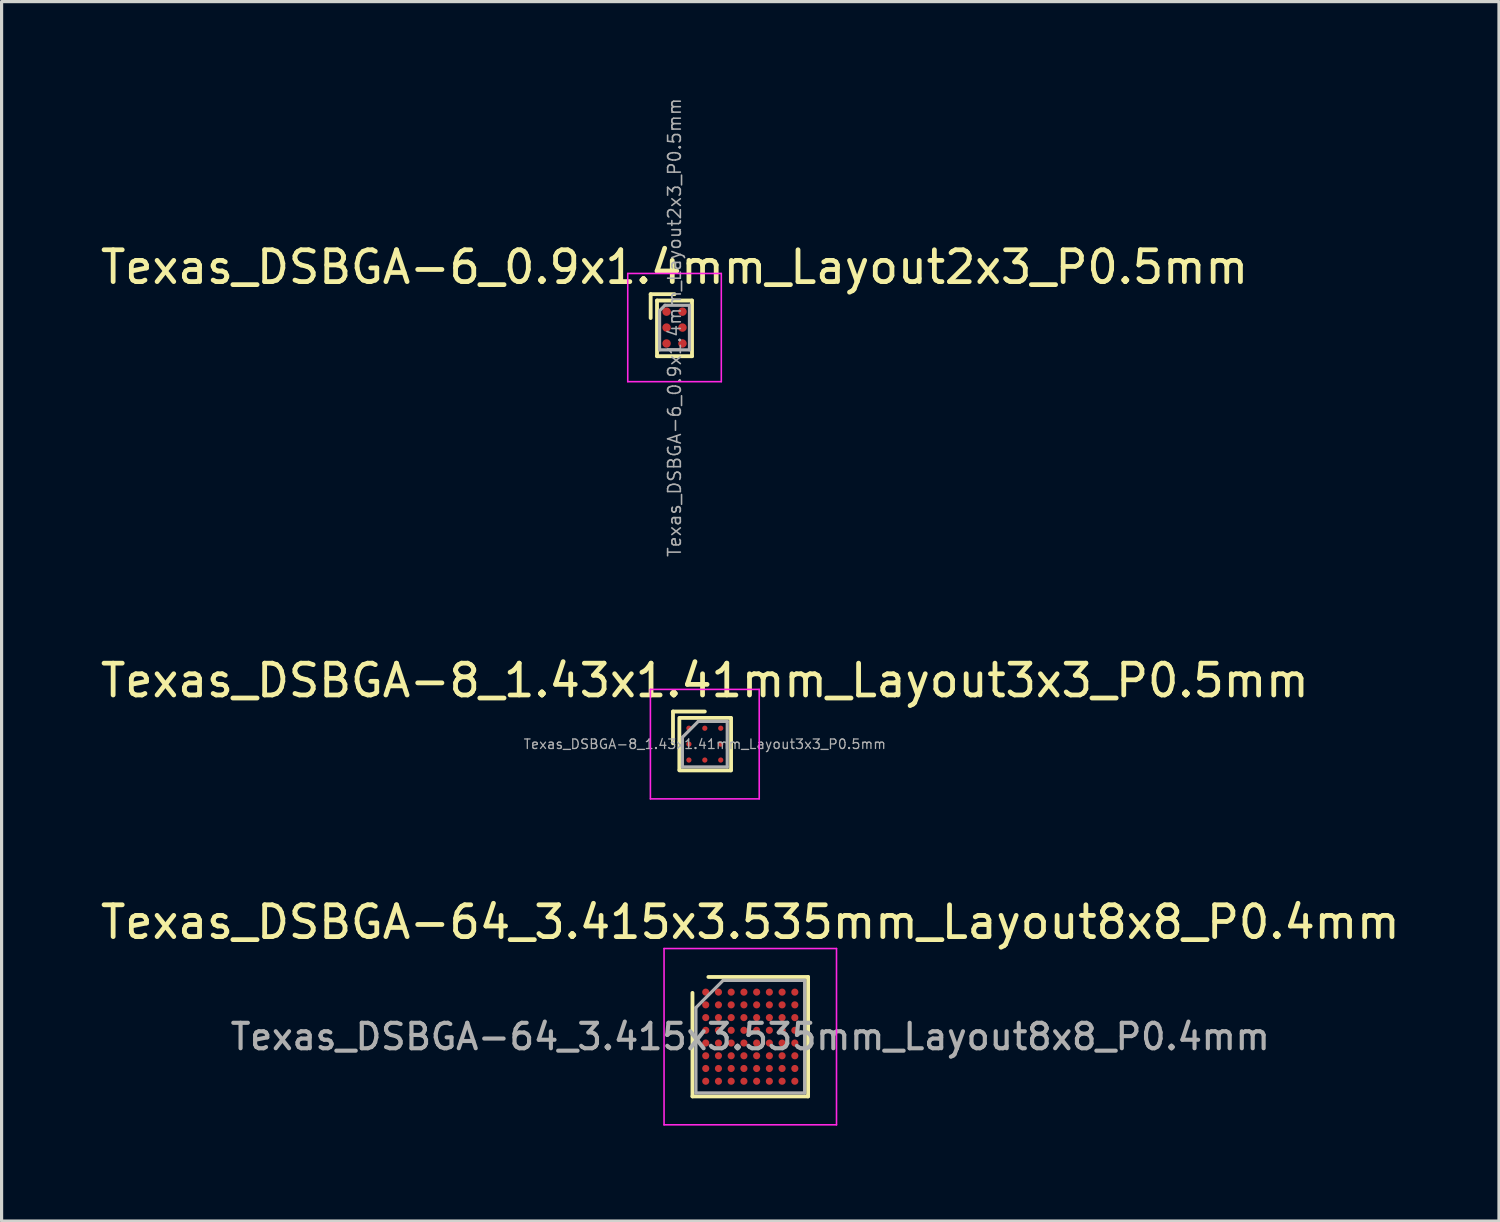
<source format=kicad_pcb>
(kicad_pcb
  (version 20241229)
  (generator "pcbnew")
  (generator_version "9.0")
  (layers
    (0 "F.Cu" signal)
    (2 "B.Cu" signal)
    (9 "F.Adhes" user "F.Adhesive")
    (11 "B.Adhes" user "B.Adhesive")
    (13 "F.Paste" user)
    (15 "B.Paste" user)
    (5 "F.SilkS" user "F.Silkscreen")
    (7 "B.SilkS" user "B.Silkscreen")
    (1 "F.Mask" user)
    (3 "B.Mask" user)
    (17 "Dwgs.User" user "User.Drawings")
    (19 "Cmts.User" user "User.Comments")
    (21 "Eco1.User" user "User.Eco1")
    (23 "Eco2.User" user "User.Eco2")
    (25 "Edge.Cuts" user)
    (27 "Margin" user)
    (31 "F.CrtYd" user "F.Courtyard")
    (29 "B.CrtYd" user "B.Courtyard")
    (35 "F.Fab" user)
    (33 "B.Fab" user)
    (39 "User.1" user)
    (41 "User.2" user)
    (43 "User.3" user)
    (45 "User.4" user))
  (footprint "Texas_DSBGA-8_1.43x1.41mm_Layout3x3_P0.5mm"
    (layer "F.Cu")
    (at 19.101 20.337)
    (property "Reference" "Texas_DSBGA-8_1.43x1.41mm_Layout3x3_P0.5mm" (at 0 -2 0) (layer "F.SilkS") (effects (font (size 1 1) (thickness 0.15))))
    (attr smd)
    (fp_line (start -1 -1.025) (end -1 -0.025) (stroke (width 0.12) (type solid)) (layer "F.SilkS"))
    (fp_line (start -0.8 -0.825) (end -0.8 0.8) (stroke (width 0.12) (type solid)) (layer "F.SilkS"))
    (fp_line (start -0.775 -0.825) (end 0.815 -0.825) (stroke (width 0.12) (type solid)) (layer "F.SilkS"))
    (fp_line (start 0 -1.025) (end -1 -1.025) (stroke (width 0.12) (type solid)) (layer "F.SilkS"))
    (fp_line (start 0.815 0.825) (end -0.8 0.825) (stroke (width 0.12) (type solid)) (layer "F.SilkS"))
    (fp_line (start 0.825 -0.825) (end 0.825 0.825) (stroke (width 0.12) (type solid)) (layer "F.SilkS"))
    (fp_line (start -1.71 -1.72) (end -1.71 1.72) (stroke (width 0.05) (type solid)) (layer "F.CrtYd"))
    (fp_line (start -1.71 1.72) (end 1.71 1.72) (stroke (width 0.05) (type solid)) (layer "F.CrtYd"))
    (fp_line (start 1.71 -1.72) (end -1.71 -1.72) (stroke (width 0.05) (type solid)) (layer "F.CrtYd"))
    (fp_line (start 1.71 1.72) (end 1.71 -1.72) (stroke (width 0.05) (type solid)) (layer "F.CrtYd"))
    (fp_line (start -0.705 -0.215) (end -0.705 0.715) (stroke (width 0.1) (type solid)) (layer "F.Fab"))
    (fp_line (start -0.705 -0.215) (end -0.205 -0.715) (stroke (width 0.1) (type solid)) (layer "F.Fab"))
    (fp_line (start -0.705 0.715) (end 0.705 0.715) (stroke (width 0.1) (type solid)) (layer "F.Fab"))
    (fp_line (start 0.705 -0.715) (end -0.205 -0.715) (stroke (width 0.1) (type solid)) (layer "F.Fab"))
    (fp_line (start 0.705 0.715) (end 0.705 -0.715) (stroke (width 0.1) (type solid)) (layer "F.Fab"))
    (fp_text user "${REFERENCE}" (at 0 0 0) (layer "F.Fab") (effects (font (size 0.3 0.3) (thickness 0.04))))
    (pad "" smd rect (at -0.5 -0.5) (size 0.3 0.3) (layers "F.Paste"))
    (pad "" smd rect (at -0.5 0) (size 0.3 0.3) (layers "F.Paste"))
    (pad "" smd rect (at -0.5 0.5) (size 0.3 0.3) (layers "F.Paste"))
    (pad "" smd rect (at 0 -0.5) (size 0.3 0.3) (layers "F.Paste"))
    (pad "" smd rect (at 0 0.5) (size 0.3 0.3) (layers "F.Paste"))
    (pad "" smd rect (at 0.5 -0.5) (size 0.3 0.3) (layers "F.Paste"))
    (pad "" smd rect (at 0.5 0) (size 0.3 0.3) (layers "F.Paste"))
    (pad "" smd rect (at 0.5 0.5) (size 0.3 0.3) (layers "F.Paste"))
    (pad "A1" smd circle (at -0.5 -0.5) (size 0.165 0.165) (layers "F.Cu" "F.Mask"))
    (pad "A2" smd circle (at 0 -0.5) (size 0.165 0.165) (layers "F.Cu" "F.Mask"))
    (pad "A3" smd circle (at 0.5 -0.5) (size 0.165 0.165) (layers "F.Cu" "F.Mask"))
    (pad "B1" smd circle (at -0.5 0) (size 0.165 0.165) (layers "F.Cu" "F.Mask"))
    (pad "B3" smd circle (at 0.5 0) (size 0.165 0.165) (layers "F.Cu" "F.Mask" "F.Paste"))
    (pad "C1" smd circle (at -0.5 0.5) (size 0.165 0.165) (layers "F.Cu" "F.Mask"))
    (pad "C2" smd circle (at 0 0.5) (size 0.165 0.165) (layers "F.Cu" "F.Mask"))
    (pad "C3" smd circle (at 0.5 0.5) (size 0.165 0.165) (layers "F.Cu" "F.Mask")))
  (footprint "Texas_DSBGA-64_3.415x3.535mm_Layout8x8_P0.4mm"
    (layer "F.Cu")
    (at 20.53 29.531)
    (property "Reference" "Texas_DSBGA-64_3.415x3.535mm_Layout8x8_P0.4mm" (at 0 -3.6 0) (layer "F.SilkS") (effects (font (size 1 1) (thickness 0.15))))
    (attr smd)
    (fp_line (start -1.817 1.877) (end -1.817 -1.377) (stroke (width 0.12) (type solid)) (layer "F.SilkS"))
    (fp_line (start 1.817 -1.877) (end -1.317 -1.877) (stroke (width 0.12) (type solid)) (layer "F.SilkS"))
    (fp_line (start 1.817 1.877) (end -1.817 1.877) (stroke (width 0.12) (type solid)) (layer "F.SilkS"))
    (fp_line (start 1.817 1.877) (end 1.817 -1.877) (stroke (width 0.12) (type solid)) (layer "F.SilkS"))
    (fp_line (start -2.71 -2.77) (end 2.71 -2.77) (stroke (width 0.05) (type solid)) (layer "F.CrtYd"))
    (fp_line (start -2.71 2.77) (end -2.71 -2.77) (stroke (width 0.05) (type solid)) (layer "F.CrtYd"))
    (fp_line (start -2.71 2.77) (end 2.71 2.77) (stroke (width 0.05) (type solid)) (layer "F.CrtYd"))
    (fp_line (start 2.71 2.77) (end 2.71 -2.77) (stroke (width 0.05) (type solid)) (layer "F.CrtYd"))
    (fp_line (start -1.708 -0.914) (end -1.708 1.768) (stroke (width 0.1) (type solid)) (layer "F.Fab"))
    (fp_line (start -1.708 -0.914) (end -0.854 -1.768) (stroke (width 0.1) (type solid)) (layer "F.Fab"))
    (fp_line (start 1.708 -1.768) (end -0.854 -1.768) (stroke (width 0.1) (type solid)) (layer "F.Fab"))
    (fp_line (start 1.708 -1.768) (end 1.708 1.768) (stroke (width 0.1) (type solid)) (layer "F.Fab"))
    (fp_line (start 1.708 1.768) (end -1.708 1.768) (stroke (width 0.1) (type solid)) (layer "F.Fab"))
    (fp_text user "${REFERENCE}" (at 0 0 0) (layer "F.Fab") (effects (font (size 0.8 0.8) (thickness 0.13))))
    (pad "A1" smd circle (at -1.4 -1.4) (size 0.225 0.225) (layers "F.Cu" "F.Mask" "F.Paste"))
    (pad "A2" smd circle (at -1 -1.4) (size 0.225 0.225) (layers "F.Cu" "F.Mask" "F.Paste"))
    (pad "A3" smd circle (at -0.6 -1.4) (size 0.225 0.225) (layers "F.Cu" "F.Mask" "F.Paste"))
    (pad "A4" smd circle (at -0.2 -1.4) (size 0.225 0.225) (layers "F.Cu" "F.Mask" "F.Paste"))
    (pad "A5" smd circle (at 0.2 -1.4) (size 0.225 0.225) (layers "F.Cu" "F.Mask" "F.Paste"))
    (pad "A6" smd circle (at 0.6 -1.4) (size 0.225 0.225) (layers "F.Cu" "F.Mask" "F.Paste"))
    (pad "A7" smd circle (at 1 -1.4) (size 0.225 0.225) (layers "F.Cu" "F.Mask" "F.Paste"))
    (pad "A8" smd circle (at 1.4 -1.4) (size 0.225 0.225) (layers "F.Cu" "F.Mask" "F.Paste"))
    (pad "B1" smd circle (at -1.4 -1) (size 0.225 0.225) (layers "F.Cu" "F.Mask" "F.Paste"))
    (pad "B2" smd circle (at -1 -1) (size 0.225 0.225) (layers "F.Cu" "F.Mask" "F.Paste"))
    (pad "B3" smd circle (at -0.6 -1) (size 0.225 0.225) (layers "F.Cu" "F.Mask" "F.Paste"))
    (pad "B4" smd circle (at -0.2 -1) (size 0.225 0.225) (layers "F.Cu" "F.Mask" "F.Paste"))
    (pad "B5" smd circle (at 0.2 -1) (size 0.225 0.225) (layers "F.Cu" "F.Mask" "F.Paste"))
    (pad "B6" smd circle (at 0.6 -1) (size 0.225 0.225) (layers "F.Cu" "F.Mask" "F.Paste"))
    (pad "B7" smd circle (at 1 -1) (size 0.225 0.225) (layers "F.Cu" "F.Mask" "F.Paste"))
    (pad "B8" smd circle (at 1.4 -1) (size 0.225 0.225) (layers "F.Cu" "F.Mask" "F.Paste"))
    (pad "C1" smd circle (at -1.4 -0.6) (size 0.225 0.225) (layers "F.Cu" "F.Mask" "F.Paste"))
    (pad "C2" smd circle (at -1 -0.6) (size 0.225 0.225) (layers "F.Cu" "F.Mask" "F.Paste"))
    (pad "C3" smd circle (at -0.6 -0.6) (size 0.225 0.225) (layers "F.Cu" "F.Mask" "F.Paste"))
    (pad "C4" smd circle (at -0.2 -0.6) (size 0.225 0.225) (layers "F.Cu" "F.Mask" "F.Paste"))
    (pad "C5" smd circle (at 0.2 -0.6) (size 0.225 0.225) (layers "F.Cu" "F.Mask" "F.Paste"))
    (pad "C6" smd circle (at 0.6 -0.6) (size 0.225 0.225) (layers "F.Cu" "F.Mask" "F.Paste"))
    (pad "C7" smd circle (at 1 -0.6) (size 0.225 0.225) (layers "F.Cu" "F.Mask" "F.Paste"))
    (pad "C8" smd circle (at 1.4 -0.6) (size 0.225 0.225) (layers "F.Cu" "F.Mask" "F.Paste"))
    (pad "D1" smd circle (at -1.4 -0.2) (size 0.225 0.225) (layers "F.Cu" "F.Mask" "F.Paste"))
    (pad "D2" smd circle (at -1 -0.2) (size 0.225 0.225) (layers "F.Cu" "F.Mask" "F.Paste"))
    (pad "D3" smd circle (at -0.6 -0.2) (size 0.225 0.225) (layers "F.Cu" "F.Mask" "F.Paste"))
    (pad "D4" smd circle (at -0.2 -0.2) (size 0.225 0.225) (layers "F.Cu" "F.Mask" "F.Paste"))
    (pad "D5" smd circle (at 0.2 -0.2) (size 0.225 0.225) (layers "F.Cu" "F.Mask" "F.Paste"))
    (pad "D6" smd circle (at 0.6 -0.2) (size 0.225 0.225) (layers "F.Cu" "F.Mask" "F.Paste"))
    (pad "D7" smd circle (at 1 -0.2) (size 0.225 0.225) (layers "F.Cu" "F.Mask" "F.Paste"))
    (pad "D8" smd circle (at 1.4 -0.2) (size 0.225 0.225) (layers "F.Cu" "F.Mask" "F.Paste"))
    (pad "E1" smd circle (at -1.4 0.2) (size 0.225 0.225) (layers "F.Cu" "F.Mask" "F.Paste"))
    (pad "E2" smd circle (at -1 0.2) (size 0.225 0.225) (layers "F.Cu" "F.Mask" "F.Paste"))
    (pad "E3" smd circle (at -0.6 0.2) (size 0.225 0.225) (layers "F.Cu" "F.Mask" "F.Paste"))
    (pad "E4" smd circle (at -0.2 0.2) (size 0.225 0.225) (layers "F.Cu" "F.Mask" "F.Paste"))
    (pad "E5" smd circle (at 0.2 0.2) (size 0.225 0.225) (layers "F.Cu" "F.Mask" "F.Paste"))
    (pad "E6" smd circle (at 0.6 0.2) (size 0.225 0.225) (layers "F.Cu" "F.Mask" "F.Paste"))
    (pad "E7" smd circle (at 1 0.2) (size 0.225 0.225) (layers "F.Cu" "F.Mask" "F.Paste"))
    (pad "E8" smd circle (at 1.4 0.2) (size 0.225 0.225) (layers "F.Cu" "F.Mask" "F.Paste"))
    (pad "F1" smd circle (at -1.4 0.6) (size 0.225 0.225) (layers "F.Cu" "F.Mask" "F.Paste"))
    (pad "F2" smd circle (at -1 0.6) (size 0.225 0.225) (layers "F.Cu" "F.Mask" "F.Paste"))
    (pad "F3" smd circle (at -0.6 0.6) (size 0.225 0.225) (layers "F.Cu" "F.Mask" "F.Paste"))
    (pad "F4" smd circle (at -0.2 0.6) (size 0.225 0.225) (layers "F.Cu" "F.Mask" "F.Paste"))
    (pad "F5" smd circle (at 0.2 0.6) (size 0.225 0.225) (layers "F.Cu" "F.Mask" "F.Paste"))
    (pad "F6" smd circle (at 0.6 0.6) (size 0.225 0.225) (layers "F.Cu" "F.Mask" "F.Paste"))
    (pad "F7" smd circle (at 1 0.6) (size 0.225 0.225) (layers "F.Cu" "F.Mask" "F.Paste"))
    (pad "F8" smd circle (at 1.4 0.6) (size 0.225 0.225) (layers "F.Cu" "F.Mask" "F.Paste"))
    (pad "G1" smd circle (at -1.4 1) (size 0.225 0.225) (layers "F.Cu" "F.Mask" "F.Paste"))
    (pad "G2" smd circle (at -1 1) (size 0.225 0.225) (layers "F.Cu" "F.Mask" "F.Paste"))
    (pad "G3" smd circle (at -0.6 1) (size 0.225 0.225) (layers "F.Cu" "F.Mask" "F.Paste"))
    (pad "G4" smd circle (at -0.2 1) (size 0.225 0.225) (layers "F.Cu" "F.Mask" "F.Paste"))
    (pad "G5" smd circle (at 0.2 1) (size 0.225 0.225) (layers "F.Cu" "F.Mask" "F.Paste"))
    (pad "G6" smd circle (at 0.6 1) (size 0.225 0.225) (layers "F.Cu" "F.Mask" "F.Paste"))
    (pad "G7" smd circle (at 1 1) (size 0.225 0.225) (layers "F.Cu" "F.Mask" "F.Paste"))
    (pad "G8" smd circle (at 1.4 1) (size 0.225 0.225) (layers "F.Cu" "F.Mask" "F.Paste"))
    (pad "H1" smd circle (at -1.4 1.4) (size 0.225 0.225) (layers "F.Cu" "F.Mask" "F.Paste"))
    (pad "H2" smd circle (at -1 1.4) (size 0.225 0.225) (layers "F.Cu" "F.Mask" "F.Paste"))
    (pad "H3" smd circle (at -0.6 1.4) (size 0.225 0.225) (layers "F.Cu" "F.Mask" "F.Paste"))
    (pad "H4" smd circle (at -0.2 1.4) (size 0.225 0.225) (layers "F.Cu" "F.Mask" "F.Paste"))
    (pad "H5" smd circle (at 0.2 1.4) (size 0.225 0.225) (layers "F.Cu" "F.Mask" "F.Paste"))
    (pad "H6" smd circle (at 0.6 1.4) (size 0.225 0.225) (layers "F.Cu" "F.Mask" "F.Paste"))
    (pad "H7" smd circle (at 1 1.4) (size 0.225 0.225) (layers "F.Cu" "F.Mask" "F.Paste"))
    (pad "H8" smd circle (at 1.4 1.4) (size 0.225 0.225) (layers "F.Cu" "F.Mask" "F.Paste")))
  (footprint "Texas_DSBGA-6_0.9x1.4mm_Layout2x3_P0.5mm"
    (layer "F.Cu")
    (at 18.149 7.245)
    (property "Reference" "Texas_DSBGA-6_0.9x1.4mm_Layout2x3_P0.5mm" (at 0 -1.9 0) (layer "F.SilkS") (effects (font (size 1 1) (thickness 0.15))))
    (attr smd)
    (fp_line (start -0.75 -1.05) (end -0.75 -0.3) (stroke (width 0.12) (type solid)) (layer "F.SilkS"))
    (fp_line (start -0.55 -0.85) (end -0.55 0.9) (stroke (width 0.12) (type solid)) (layer "F.SilkS"))
    (fp_line (start -0.55 0.9) (end 0.55 0.9) (stroke (width 0.12) (type solid)) (layer "F.SilkS"))
    (fp_line (start 0 -1.05) (end -0.75 -1.05) (stroke (width 0.12) (type solid)) (layer "F.SilkS"))
    (fp_line (start 0.55 -0.85) (end -0.55 -0.85) (stroke (width 0.12) (type solid)) (layer "F.SilkS"))
    (fp_line (start 0.55 -0.85) (end 0.55 0.9) (stroke (width 0.12) (type solid)) (layer "F.SilkS"))
    (fp_line (start -1.47 -1.7) (end -1.47 1.7) (stroke (width 0.05) (type solid)) (layer "F.CrtYd"))
    (fp_line (start -1.47 -1.7) (end 1.47 -1.7) (stroke (width 0.05) (type solid)) (layer "F.CrtYd"))
    (fp_line (start 1.47 1.7) (end -1.47 1.7) (stroke (width 0.05) (type solid)) (layer "F.CrtYd"))
    (fp_line (start 1.47 1.7) (end 1.47 -1.7) (stroke (width 0.05) (type solid)) (layer "F.CrtYd"))
    (fp_line (start -0.47 -0.53) (end -0.47 0.7) (stroke (width 0.1) (type solid)) (layer "F.Fab"))
    (fp_line (start -0.47 -0.53) (end -0.3 -0.7) (stroke (width 0.1) (type solid)) (layer "F.Fab"))
    (fp_line (start -0.47 0.7) (end 0.47 0.7) (stroke (width 0.1) (type solid)) (layer "F.Fab"))
    (fp_line (start 0.47 -0.7) (end -0.3 -0.7) (stroke (width 0.1) (type solid)) (layer "F.Fab"))
    (fp_line (start 0.47 0.7) (end 0.47 -0.7) (stroke (width 0.1) (type solid)) (layer "F.Fab"))
    (fp_text user "${REFERENCE}" (at 0 0 90) (layer "F.Fab") (effects (font (size 0.4 0.4) (thickness 0.05))))
    (pad "" smd rect (at -0.25 -0.5) (size 0.3 0.3) (layers "F.Paste"))
    (pad "" smd rect (at -0.25 0) (size 0.3 0.3) (layers "F.Paste"))
    (pad "" smd rect (at -0.25 0.5) (size 0.3 0.3) (layers "F.Paste"))
    (pad "" smd rect (at 0.25 -0.5) (size 0.3 0.3) (layers "F.Paste"))
    (pad "" smd rect (at 0.25 0) (size 0.3 0.3) (layers "F.Paste"))
    (pad "" smd rect (at 0.25 0.5) (size 0.3 0.3) (layers "F.Paste"))
    (pad "A1" smd circle (at -0.25 -0.5) (size 0.265 0.265) (layers "F.Cu" "F.Mask"))
    (pad "A2" smd circle (at 0.25 -0.5) (size 0.265 0.265) (layers "F.Cu" "F.Mask"))
    (pad "B1" smd circle (at -0.25 0) (size 0.265 0.265) (layers "F.Cu" "F.Mask"))
    (pad "B2" smd circle (at 0.25 0) (size 0.265 0.265) (layers "F.Cu" "F.Mask"))
    (pad "C1" smd circle (at -0.25 0.5) (size 0.265 0.265) (layers "F.Cu" "F.Mask"))
    (pad "C2" smd circle (at 0.25 0.5) (size 0.265 0.265) (layers "F.Cu" "F.Mask")))
  (gr_rect
    (start -3 -3)
    (end 44.06 35.326)
    (stroke (width 0.1) (type default))
    (fill no)
    (layer "Edge.Cuts")))
</source>
